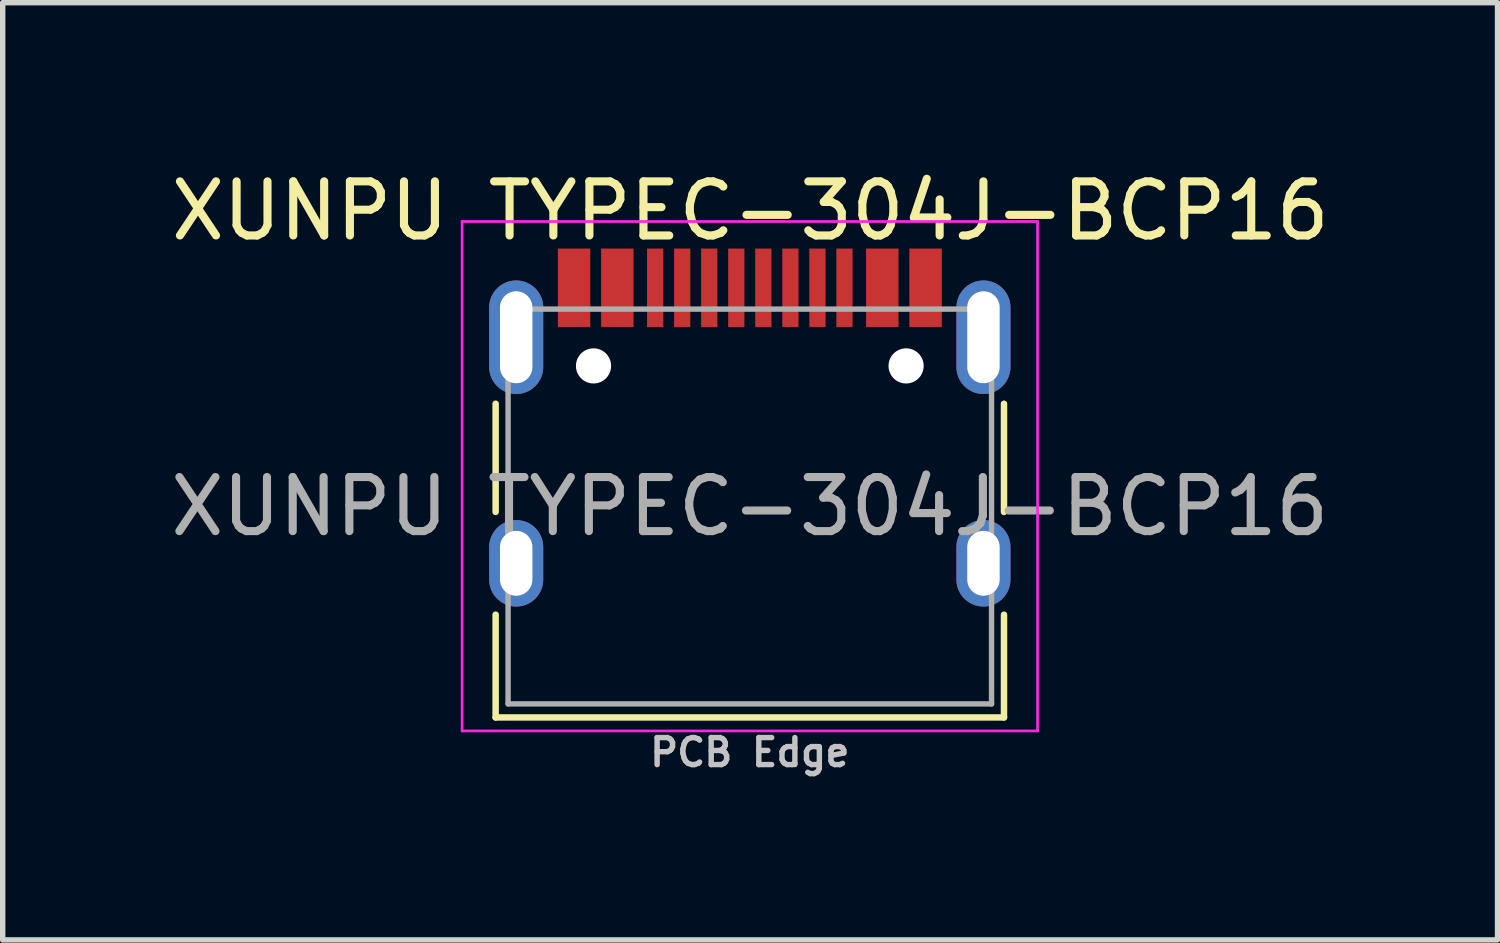
<source format=kicad_pcb>
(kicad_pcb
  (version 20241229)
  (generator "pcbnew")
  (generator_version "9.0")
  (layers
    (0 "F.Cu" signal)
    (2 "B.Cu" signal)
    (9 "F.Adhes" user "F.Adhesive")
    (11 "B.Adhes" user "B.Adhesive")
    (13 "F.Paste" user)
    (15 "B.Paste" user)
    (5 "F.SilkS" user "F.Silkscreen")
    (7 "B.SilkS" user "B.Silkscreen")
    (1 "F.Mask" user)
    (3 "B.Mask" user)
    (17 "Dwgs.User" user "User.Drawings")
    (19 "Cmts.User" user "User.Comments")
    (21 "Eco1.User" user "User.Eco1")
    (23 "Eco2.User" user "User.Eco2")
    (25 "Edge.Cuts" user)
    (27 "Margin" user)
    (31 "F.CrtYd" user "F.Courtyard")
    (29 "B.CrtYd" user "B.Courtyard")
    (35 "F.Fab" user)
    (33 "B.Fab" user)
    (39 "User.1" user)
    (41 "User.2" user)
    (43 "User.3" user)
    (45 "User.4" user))
  (footprint "XUNPU TYPEC-304J-BCP16"
    (layer "F.Cu")
    (at 10.815 7.84)
    (property "Reference" "XUNPU TYPEC-304J-BCP16" (at 0.01 -6.991 0) (layer "F.SilkS") (effects (font (size 1 1) (thickness 0.15))))
    (attr smd)
    (fp_line (start -4.7 -3.424) (end -4.7 -1.424) (stroke (width 0.12) (type solid)) (layer "F.SilkS"))
    (fp_line (start -4.7 0.476) (end -4.7 2.376) (stroke (width 0.12) (type solid)) (layer "F.SilkS"))
    (fp_line (start -4.7 2.376) (end 4.7 2.376) (stroke (width 0.12) (type solid)) (layer "F.SilkS"))
    (fp_line (start 4.7 -3.424) (end 4.7 -1.424) (stroke (width 0.12) (type solid)) (layer "F.SilkS"))
    (fp_line (start 4.7 0.476) (end 4.7 2.376) (stroke (width 0.12) (type solid)) (layer "F.SilkS"))
    (fp_line (start -5.32 -6.794) (end -5.32 2.626) (stroke (width 0.05) (type solid)) (layer "F.CrtYd"))
    (fp_line (start -5.32 -6.794) (end 5.32 -6.794) (stroke (width 0.05) (type solid)) (layer "F.CrtYd"))
    (fp_line (start -5.32 2.626) (end 5.32 2.626) (stroke (width 0.05) (type solid)) (layer "F.CrtYd"))
    (fp_line (start 5.32 -6.794) (end 5.32 2.626) (stroke (width 0.05) (type solid)) (layer "F.CrtYd"))
    (fp_line (start -4.47 -5.174) (end -4.47 2.126) (stroke (width 0.1) (type solid)) (layer "F.Fab"))
    (fp_line (start -4.47 -5.174) (end 4.47 -5.174) (stroke (width 0.1) (type solid)) (layer "F.Fab"))
    (fp_line (start -4.47 2.126) (end 4.47 2.126) (stroke (width 0.1) (type solid)) (layer "F.Fab"))
    (fp_line (start 4.47 -5.174) (end 4.47 2.126) (stroke (width 0.1) (type solid)) (layer "F.Fab"))
    (fp_text user "PCB Edge" (at 0 3.022 0) (layer "Dwgs.User") (effects (font (size 0.5 0.5) (thickness 0.1))))
    (fp_text user "${REFERENCE}" (at 0 -1.524 0) (layer "F.Fab") (effects (font (size 1 1) (thickness 0.15))))
    (pad "" np_thru_hole circle (at -2.89 -4.124) (size 0.65 0.65) (drill 0.65) (layers "*.Cu" "*.Mask"))
    (pad "" np_thru_hole circle (at 2.89 -4.124) (size 0.65 0.65) (drill 0.65) (layers "*.Cu" "*.Mask"))
    (pad "13" thru_hole oval (at 4.32 -0.474) (size 1 1.6) (drill oval 0.6 1.2) (layers "*.Cu" "*.Mask"))
    (pad "14" thru_hole oval (at 4.32 -4.654) (size 1 2.1) (drill oval 0.6 1.7) (layers "*.Cu" "*.Mask"))
    (pad "15" thru_hole oval (at -4.32 -0.474) (size 1 1.6) (drill oval 0.6 1.2) (layers "*.Cu" "*.Mask"))
    (pad "16" thru_hole oval (at -4.32 -4.654) (size 1 2.1) (drill oval 0.6 1.7) (layers "*.Cu" "*.Mask"))
    (pad "A1" smd rect (at -3.25 -5.569) (size 0.6 1.45) (layers "F.Cu" "F.Mask" "F.Paste"))
    (pad "A4" smd rect (at -2.45 -5.569) (size 0.6 1.45) (layers "F.Cu" "F.Mask" "F.Paste"))
    (pad "A5" smd rect (at -1.25 -5.569) (size 0.3 1.45) (layers "F.Cu" "F.Mask" "F.Paste"))
    (pad "A6" smd rect (at -0.25 -5.569) (size 0.3 1.45) (layers "F.Cu" "F.Mask" "F.Paste"))
    (pad "A7" smd rect (at 0.25 -5.569) (size 0.3 1.45) (layers "F.Cu" "F.Mask" "F.Paste"))
    (pad "A8" smd rect (at 1.25 -5.569) (size 0.3 1.45) (layers "F.Cu" "F.Mask" "F.Paste"))
    (pad "B1" smd rect (at 3.25 -5.569) (size 0.6 1.45) (layers "F.Cu" "F.Mask" "F.Paste"))
    (pad "B4" smd rect (at 2.45 -5.569) (size 0.6 1.45) (layers "F.Cu" "F.Mask" "F.Paste"))
    (pad "B5" smd rect (at 1.75 -5.569) (size 0.3 1.45) (layers "F.Cu" "F.Mask" "F.Paste"))
    (pad "B6" smd rect (at 0.75 -5.569) (size 0.3 1.45) (layers "F.Cu" "F.Mask" "F.Paste"))
    (pad "B7" smd rect (at -0.75 -5.569) (size 0.3 1.45) (layers "F.Cu" "F.Mask" "F.Paste"))
    (pad "B8" smd rect (at -1.75 -5.569) (size 0.3 1.45) (layers "F.Cu" "F.Mask" "F.Paste")))
  (gr_rect
    (start -3 -3)
    (end 24.641 14.33)
    (stroke (width 0.1) (type default))
    (fill no)
    (layer "Edge.Cuts")))
</source>
